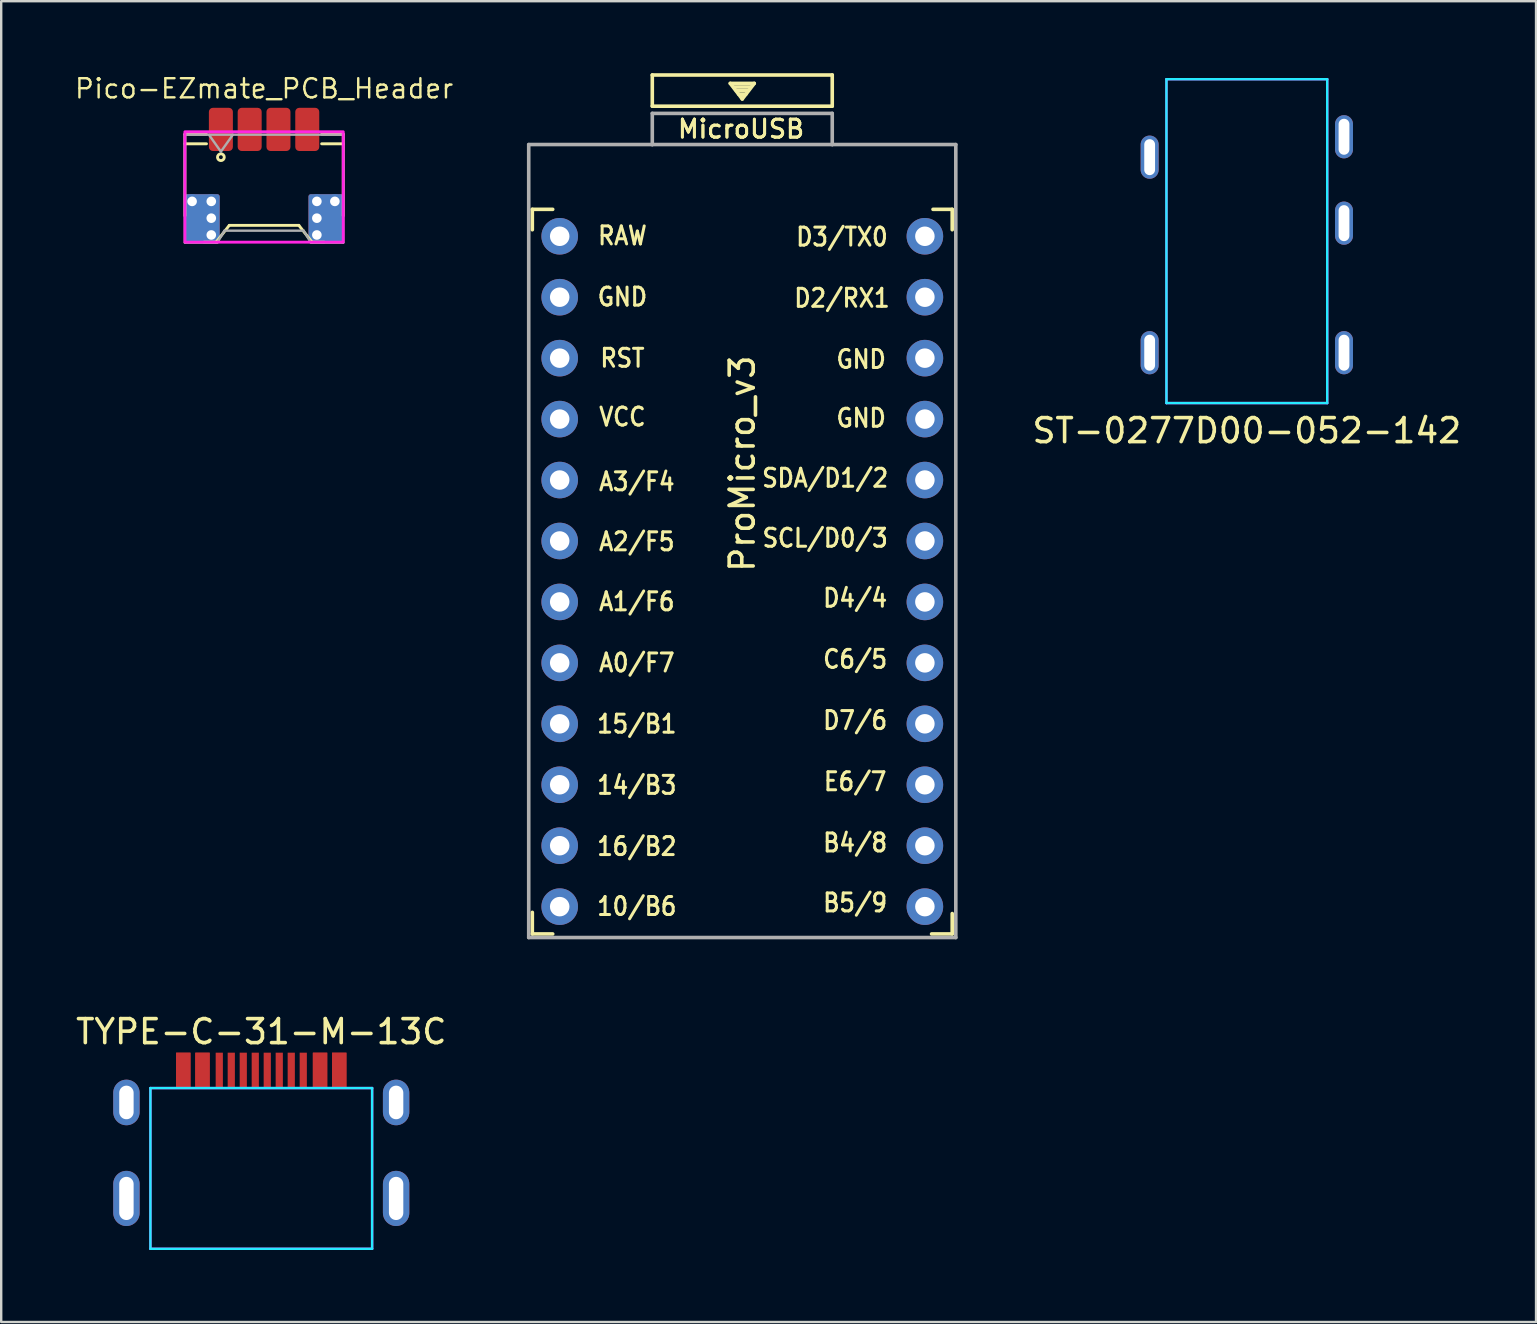
<source format=kicad_pcb>
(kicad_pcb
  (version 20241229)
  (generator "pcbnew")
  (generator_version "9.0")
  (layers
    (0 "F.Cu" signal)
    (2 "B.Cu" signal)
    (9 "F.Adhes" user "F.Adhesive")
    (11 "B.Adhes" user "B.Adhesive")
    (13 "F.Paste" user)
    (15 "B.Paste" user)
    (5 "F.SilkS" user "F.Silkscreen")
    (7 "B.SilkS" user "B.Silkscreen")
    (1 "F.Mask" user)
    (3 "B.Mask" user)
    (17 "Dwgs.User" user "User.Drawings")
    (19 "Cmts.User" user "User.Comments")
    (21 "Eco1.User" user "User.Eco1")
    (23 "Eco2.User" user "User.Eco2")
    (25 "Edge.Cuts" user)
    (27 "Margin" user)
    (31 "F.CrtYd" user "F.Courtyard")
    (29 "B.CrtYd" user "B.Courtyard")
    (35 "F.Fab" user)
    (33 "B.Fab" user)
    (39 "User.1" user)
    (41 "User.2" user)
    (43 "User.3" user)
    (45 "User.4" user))
  (footprint "TYPE-C-31-M-13C"
    (layer "F.Cu")
    (at 7.839 46.898)
    (property "Reference" "TYPE-C-31-M-13C" (at 0 -6.95 0) (layer "F.SilkS") (effects (font (size 1 1) (thickness 0.15))))
    (attr smd)
    (fp_line (start -4.62 -4.6) (end -4.62 2.1) (stroke (width 0.1) (type solid)) (layer "B.CrtYd"))
    (fp_line (start 4.62 -4.6) (end -4.62 -4.6) (stroke (width 0.1) (type default)) (layer "B.CrtYd"))
    (fp_line (start 4.62 -4.6) (end 4.62 2.1) (stroke (width 0.1) (type solid)) (layer "B.CrtYd"))
    (fp_line (start 4.62 2.1) (end -4.62 2.1) (stroke (width 0.1) (type default)) (layer "B.CrtYd"))
    (fp_line (start -4.62 -4.6) (end -4.62 2.1) (stroke (width 0.1) (type solid)) (layer "F.CrtYd"))
    (fp_line (start 4.62 -4.6) (end -4.62 -4.6) (stroke (width 0.1) (type default)) (layer "F.CrtYd"))
    (fp_line (start 4.62 -4.6) (end 4.62 2.1) (stroke (width 0.1) (type solid)) (layer "F.CrtYd"))
    (fp_line (start 4.62 2.1) (end -4.62 2.1) (stroke (width 0.1) (type default)) (layer "F.CrtYd"))
    (pad "A1" smd rect (at -3.25 -5.35) (size 0.6 1.45) (layers "F.Cu" "F.Mask" "F.Paste"))
    (pad "A4" smd rect (at -2.45 -5.35) (size 0.6 1.45) (layers "F.Cu" "F.Mask" "F.Paste"))
    (pad "A5" smd rect (at -1.25 -5.35) (size 0.3 1.45) (layers "F.Cu" "F.Mask" "F.Paste"))
    (pad "A6" smd rect (at -0.25 -5.35) (size 0.3 1.45) (layers "F.Cu" "F.Mask" "F.Paste"))
    (pad "A7" smd rect (at 0.25 -5.35) (size 0.3 1.45) (layers "F.Cu" "F.Mask" "F.Paste"))
    (pad "A8" smd rect (at 1.25 -5.35) (size 0.3 1.45) (layers "F.Cu" "F.Mask" "F.Paste"))
    (pad "A9" smd rect (at 2.45 -5.35) (size 0.6 1.45) (layers "F.Cu" "F.Mask" "F.Paste"))
    (pad "A12" smd rect (at 3.25 -5.35) (size 0.6 1.45) (layers "F.Cu" "F.Mask" "F.Paste"))
    (pad "B1" smd rect (at 3.25 -5.35) (size 0.6 1.45) (layers "F.Cu" "F.Mask" "F.Paste"))
    (pad "B4" smd rect (at 2.45 -5.35) (size 0.6 1.45) (layers "F.Cu" "F.Mask" "F.Paste"))
    (pad "B5" smd rect (at 1.75 -5.35) (size 0.3 1.45) (layers "F.Cu" "F.Mask" "F.Paste"))
    (pad "B6" smd rect (at 0.75 -5.35) (size 0.3 1.45) (layers "F.Cu" "F.Mask" "F.Paste"))
    (pad "B7" smd rect (at -0.75 -5.35) (size 0.3 1.45) (layers "F.Cu" "F.Mask" "F.Paste"))
    (pad "B8" smd rect (at -1.75 -5.35) (size 0.3 1.45) (layers "F.Cu" "F.Mask" "F.Paste"))
    (pad "B9" smd rect (at -2.45 -5.35) (size 0.6 1.45) (layers "F.Cu" "F.Mask" "F.Paste"))
    (pad "B12" smd rect (at -3.25 -5.35) (size 0.6 1.45) (layers "F.Cu" "F.Mask" "F.Paste"))
    (pad "S1" thru_hole oval (at -5.62 -4) (size 1.1 1.9) (drill oval 0.6 1.4) (layers "*.Cu" "*.Mask"))
    (pad "S1" thru_hole oval (at -5.62 0) (size 1.1 2.3) (drill oval 0.6 1.8) (layers "*.Cu" "*.Mask"))
    (pad "S1" thru_hole oval (at 5.62 -4) (size 1.1 1.9) (drill oval 0.6 1.4) (layers "*.Cu" "*.Mask"))
    (pad "S1" thru_hole oval (at 5.62 0) (size 1.1 2.3) (drill oval 0.6 1.8) (layers "*.Cu" "*.Mask")))
  (footprint "ST-0277D00-052-142"
    (layer "F.Cu")
    (at 48.915 0.25)
    (property "Reference" "ST-0277D00-052-142" (at 0 14.65 0) (layer "F.SilkS") (effects (font (size 1 1) (thickness 0.15))))
    (attr smd)
    (fp_line (start -3.35 0) (end -3.35 13.5) (stroke (width 0.1) (type solid)) (layer "B.CrtYd"))
    (fp_line (start -3.35 0) (end 3.35 0) (stroke (width 0.1) (type solid)) (layer "B.CrtYd"))
    (fp_line (start -3.35 13.5) (end 3.35 13.5) (stroke (width 0.1) (type solid)) (layer "B.CrtYd"))
    (fp_line (start 3.35 0) (end 3.35 13.5) (stroke (width 0.1) (type solid)) (layer "B.CrtYd"))
    (fp_line (start -3.35 0) (end -3.35 13.5) (stroke (width 0.1) (type solid)) (layer "F.CrtYd"))
    (fp_line (start -3.35 0) (end 3.35 0) (stroke (width 0.1) (type solid)) (layer "F.CrtYd"))
    (fp_line (start -3.35 13.5) (end 3.35 13.5) (stroke (width 0.1) (type solid)) (layer "F.CrtYd"))
    (fp_line (start 3.35 0) (end 3.35 13.5) (stroke (width 0.1) (type solid)) (layer "F.CrtYd"))
    (pad "R1" thru_hole oval (at 4.05 6) (size 0.75 1.8) (drill oval 0.45 1.5) (layers "*.Cu" "*.Mask"))
    (pad "R2" thru_hole oval (at -4.05 3.25) (size 0.75 1.8) (drill oval 0.45 1.5) (layers "*.Cu" "*.Mask"))
    (pad "S" thru_hole oval (at 4.05 2.4) (size 0.75 1.8) (drill oval 0.45 1.5) (layers "*.Cu" "*.Mask"))
    (pad "T" thru_hole oval (at -4.05 11.4) (size 0.75 1.8) (drill oval 0.45 1.5) (layers "*.Cu" "*.Mask"))
    (pad "T" thru_hole oval (at 4.05 11.4) (size 0.75 1.8) (drill oval 0.45 1.5) (layers "*.Cu" "*.Mask")))
  (footprint "Pico-EZmate_PCB_Header"
    (layer "F.Cu")
    (at 7.956 4.543)
    (property "Reference" "Pico-EZmate_PCB_Header" (at 0 -3.9 0) (layer "F.SilkS") (effects (font (size 0.8 0.8) (thickness 0.1) (bold yes))))
    (attr smd)
    (fp_line (start -3.3 -2) (end -3.3 1.4) (stroke (width 0.12) (type solid)) (layer "F.SilkS"))
    (fp_line (start -3.3 -2) (end -2.4 -2) (stroke (width 0.12) (type solid)) (layer "F.SilkS"))
    (fp_line (start -2.4 -1.6) (end -3.3 -1.6) (stroke (width 0.12) (type solid)) (layer "F.SilkS"))
    (fp_line (start -2 2.5) (end -2.5 2.5) (stroke (width 0.12) (type solid)) (layer "F.SilkS"))
    (fp_line (start -1.45 1.8) (end -2 2.5) (stroke (width 0.12) (type solid)) (layer "F.SilkS"))
    (fp_line (start 1.45 1.8) (end -1.45 1.8) (stroke (width 0.12) (type solid)) (layer "F.SilkS"))
    (fp_line (start 2 2.5) (end 1.45 1.8) (stroke (width 0.12) (type solid)) (layer "F.SilkS"))
    (fp_line (start 2 2.5) (end 2.5 2.5) (stroke (width 0.12) (type solid)) (layer "F.SilkS"))
    (fp_line (start 2.4 -2) (end 3.3 -2) (stroke (width 0.12) (type solid)) (layer "F.SilkS"))
    (fp_line (start 3.3 -2) (end 3.3 1.4) (stroke (width 0.12) (type solid)) (layer "F.SilkS"))
    (fp_line (start 3.3 -1.6) (end 2.4 -1.6) (stroke (width 0.12) (type solid)) (layer "F.SilkS"))
    (fp_circle (center -1.8 -1.041) (end -1.7 -1.141) (stroke (width 0.12) (type solid)) (fill no) (layer "F.SilkS"))
    (fp_rect (start -3.3 -2.1) (end 3.3 2.5) (stroke (width 0.12) (type solid)) (fill no) (layer "F.CrtYd"))
    (fp_line (start -3.3 -1.98) (end -3.3 2.52) (stroke (width 0.1) (type solid)) (layer "F.Fab"))
    (fp_line (start -3.3 -1.98) (end 3.3 -1.98) (stroke (width 0.1) (type solid)) (layer "F.Fab"))
    (fp_line (start -3.3 2.52) (end -1.95 2.52) (stroke (width 0.1) (type solid)) (layer "F.Fab"))
    (fp_line (start -2.3 -1.98) (end -1.8 -1.273) (stroke (width 0.1) (type solid)) (layer "F.Fab"))
    (fp_line (start -1.95 2.52) (end -1.65 2.02) (stroke (width 0.1) (type solid)) (layer "F.Fab"))
    (fp_line (start -1.8 -1.273) (end -1.3 -1.98) (stroke (width 0.1) (type solid)) (layer "F.Fab"))
    (fp_line (start -1.65 2.02) (end 1.65 2.02) (stroke (width 0.1) (type solid)) (layer "F.Fab"))
    (fp_line (start 1.65 2.02) (end 1.95 2.52) (stroke (width 0.1) (type solid)) (layer "F.Fab"))
    (fp_line (start 1.95 2.52) (end 3.3 2.52) (stroke (width 0.1) (type solid)) (layer "F.Fab"))
    (fp_line (start 3.3 -1.98) (end 3.3 2.52) (stroke (width 0.1) (type solid)) (layer "F.Fab"))
    (pad "" thru_hole circle (at -3 0.8) (size 0.6 0.6) (drill 0.4) (layers "*.Cu"))
    (pad "" smd roundrect (at -2.95 2) (size 0.7 1) (layers "F.Mask" "F.Paste") (roundrect_rratio 0.143))
    (pad "" smd roundrect (at -2.575 1.5) (size 1.45 2) (layers "F.Cu") (roundrect_rratio 0.069))
    (pad "" smd roundrect (at -2.575 1.5) (size 1.45 2) (layers "B.Cu") (roundrect_rratio 0.069))
    (pad "" thru_hole circle (at -2.2 0.8) (size 0.6 0.6) (drill 0.4) (layers "*.Cu"))
    (pad "" thru_hole circle (at -2.2 1.5) (size 0.6 0.6) (drill 0.4) (layers "*.Cu"))
    (pad "" thru_hole circle (at -2.2 2.2) (size 0.6 0.6) (drill 0.4) (layers "*.Cu"))
    (pad "" smd roundrect (at -1.8 -2) (size 0.75 1.2) (layers "F.Mask" "F.Paste") (roundrect_rratio 0.167))
    (pad "" smd roundrect (at -0.6 -2) (size 0.75 1.2) (layers "F.Mask" "F.Paste") (roundrect_rratio 0.167))
    (pad "" smd roundrect (at 0.6 -2) (size 0.75 1.2) (layers "F.Mask" "F.Paste") (roundrect_rratio 0.167))
    (pad "" smd roundrect (at 1.8 -2) (size 0.75 1.2) (layers "F.Mask" "F.Paste") (roundrect_rratio 0.167))
    (pad "" thru_hole circle (at 2.2 0.8) (size 0.6 0.6) (drill 0.4) (layers "*.Cu"))
    (pad "" thru_hole circle (at 2.2 1.5) (size 0.6 0.6) (drill 0.4) (layers "*.Cu"))
    (pad "" thru_hole circle (at 2.2 2.2) (size 0.6 0.6) (drill 0.4) (layers "*.Cu"))
    (pad "" smd roundrect (at 2.575 1.5) (size 1.45 2) (layers "F.Cu") (roundrect_rratio 0.069))
    (pad "" smd roundrect (at 2.575 1.5) (size 1.45 2) (layers "B.Cu") (roundrect_rratio 0.069))
    (pad "" thru_hole circle (at 2.95 0.8) (size 0.6 0.6) (drill 0.4) (layers "*.Cu"))
    (pad "" smd roundrect (at 2.95 2) (size 0.7 1) (layers "F.Mask" "F.Paste") (roundrect_rratio 0.143))
    (pad "1" smd roundrect (at -1.8 -2.2) (size 1 1.8) (layers "F.Cu") (roundrect_rratio 0.167))
    (pad "2" smd roundrect (at -0.6 -2.2) (size 1 1.8) (layers "F.Cu") (roundrect_rratio 0.167))
    (pad "3" smd roundrect (at 0.6 -2.2) (size 1 1.8) (layers "F.Cu") (roundrect_rratio 0.167))
    (pad "4" smd roundrect (at 1.8 -2.2) (size 1 1.8) (layers "F.Cu") (roundrect_rratio 0.167)))
  (footprint "ProMicro_v3"
    (layer "F.Cu")
    (at 27.886 21.275)
    (property "Reference" "ProMicro_v3" (at 0 -5 270) (layer "F.SilkS") (effects (font (size 1 1) (thickness 0.15))))
    (attr through_hole)
    (fp_line (start -8.75 -15.6) (end -8.75 -14.75) (stroke (width 0.15) (type solid)) (layer "F.SilkS"))
    (fp_line (start -8.75 -15.6) (end -7.9 -15.6) (stroke (width 0.15) (type solid)) (layer "F.SilkS"))
    (fp_line (start -8.75 13.7) (end -8.75 14.6) (stroke (width 0.15) (type solid)) (layer "F.SilkS"))
    (fp_line (start -8.75 14.6) (end -7.9 14.6) (stroke (width 0.15) (type solid)) (layer "F.SilkS"))
    (fp_line (start -3.75 -21.2) (end -3.75 -19.9) (stroke (width 0.15) (type solid)) (layer "F.SilkS"))
    (fp_line (start -3.75 -19.9) (end 3.75 -19.9) (stroke (width 0.15) (type solid)) (layer "F.SilkS"))
    (fp_line (start -0.5 -20.85) (end 0.5 -20.85) (stroke (width 0.15) (type solid)) (layer "F.SilkS"))
    (fp_line (start -0.35 -20.7) (end 0.35 -20.7) (stroke (width 0.15) (type solid)) (layer "F.SilkS"))
    (fp_line (start -0.25 -20.55) (end 0.25 -20.55) (stroke (width 0.15) (type solid)) (layer "F.SilkS"))
    (fp_line (start -0.15 -20.4) (end 0.15 -20.4) (stroke (width 0.15) (type solid)) (layer "F.SilkS"))
    (fp_line (start 0 -20.2) (end -0.5 -20.85) (stroke (width 0.15) (type solid)) (layer "F.SilkS"))
    (fp_line (start 0.5 -20.85) (end 0 -20.2) (stroke (width 0.15) (type solid)) (layer "F.SilkS"))
    (fp_line (start 3.75 -21.2) (end -3.75 -21.2) (stroke (width 0.15) (type solid)) (layer "F.SilkS"))
    (fp_line (start 3.75 -19.9) (end 3.75 -21.2) (stroke (width 0.15) (type solid)) (layer "F.SilkS"))
    (fp_line (start 8.75 -15.6) (end 7.95 -15.6) (stroke (width 0.15) (type solid)) (layer "F.SilkS"))
    (fp_line (start 8.75 -15.6) (end 8.75 -14.75) (stroke (width 0.15) (type solid)) (layer "F.SilkS"))
    (fp_line (start 8.75 13.75) (end 8.75 14.6) (stroke (width 0.15) (type solid)) (layer "F.SilkS"))
    (fp_line (start 8.75 14.6) (end 7.89 14.6) (stroke (width 0.15) (type solid)) (layer "F.SilkS"))
    (fp_line (start -8.9 -18.3) (end -3.75 -18.3) (stroke (width 0.15) (type solid)) (layer "F.Fab"))
    (fp_line (start -8.9 14.75) (end -8.9 -18.3) (stroke (width 0.15) (type solid)) (layer "F.Fab"))
    (fp_line (start -3.75 -19.6) (end -3.75 -18.299) (stroke (width 0.15) (type solid)) (layer "F.Fab"))
    (fp_line (start -3.75 -19.6) (end 3.75 -19.6) (stroke (width 0.15) (type solid)) (layer "F.Fab"))
    (fp_line (start -3.75 -18.3) (end 3.75 -18.3) (stroke (width 0.15) (type solid)) (layer "F.Fab"))
    (fp_line (start 3.75 -19.6) (end 3.75 -18.3) (stroke (width 0.15) (type solid)) (layer "F.Fab"))
    (fp_line (start 3.76 -18.3) (end 8.9 -18.3) (stroke (width 0.15) (type solid)) (layer "F.Fab"))
    (fp_line (start 8.9 -18.3) (end 8.9 14.75) (stroke (width 0.15) (type solid)) (layer "F.Fab"))
    (fp_line (start 8.9 14.75) (end -8.9 14.75) (stroke (width 0.15) (type solid)) (layer "F.Fab"))
    (fp_text user "C6/5" (at 4.705 3.15 0) (unlocked yes) (layer "F.SilkS") (effects (font (size 0.75 0.67) (thickness 0.125))))
    (fp_text user "A3/F4" (at -4.395 -4.25 0) (unlocked yes) (layer "F.SilkS") (effects (font (size 0.75 0.67) (thickness 0.125))))
    (fp_text user "D2/RX1" (at 4.155 -11.9 0) (unlocked yes) (layer "F.SilkS") (effects (font (size 0.75 0.67) (thickness 0.125))))
    (fp_text user "D7/6" (at 4.705 5.7 0) (unlocked yes) (layer "F.SilkS") (effects (font (size 0.75 0.67) (thickness 0.125))))
    (fp_text user "A1/F6" (at -4.395 0.75 0) (unlocked yes) (layer "F.SilkS") (effects (font (size 0.75 0.67) (thickness 0.125))))
    (fp_text user "15/B1" (at -4.395 5.85 0) (unlocked yes) (layer "F.SilkS") (effects (font (size 0.75 0.67) (thickness 0.125))))
    (fp_text user "RST" (at -4.995 -9.4 0) (unlocked yes) (layer "F.SilkS") (effects (font (size 0.75 0.67) (thickness 0.125))))
    (fp_text user "E6/7" (at 4.705 8.25 0) (unlocked yes) (layer "F.SilkS") (effects (font (size 0.75 0.67) (thickness 0.125))))
    (fp_text user "VCC" (at -4.995 -6.95 0) (unlocked yes) (layer "F.SilkS") (effects (font (size 0.75 0.67) (thickness 0.125))))
    (fp_text user "RAW" (at -4.995 -14.5 0) (unlocked yes) (layer "F.SilkS") (effects (font (size 0.75 0.67) (thickness 0.125))))
    (fp_text user "A0/F7" (at -4.395 3.3 0) (unlocked yes) (layer "F.SilkS") (effects (font (size 0.75 0.67) (thickness 0.125))))
    (fp_text user "14/B3" (at -4.395 8.4 0) (unlocked yes) (layer "F.SilkS") (effects (font (size 0.75 0.67) (thickness 0.125))))
    (fp_text user "D3/TX0" (at 4.155 -14.45 0) (unlocked yes) (layer "F.SilkS") (effects (font (size 0.75 0.67) (thickness 0.125))))
    (fp_text user "B4/8" (at 4.705 10.8 0) (unlocked yes) (layer "F.SilkS") (effects (font (size 0.75 0.67) (thickness 0.125))))
    (fp_text user "SCL/D0/3" (at 3.455 -1.9 0) (unlocked yes) (layer "F.SilkS") (effects (font (size 0.75 0.67) (thickness 0.125))))
    (fp_text user "MicroUSB" (at -0.05 -18.95 0) (layer "F.SilkS") (effects (font (size 0.75 0.75) (thickness 0.12))))
    (fp_text user "D4/4" (at 4.705 0.6 0) (unlocked yes) (layer "F.SilkS") (effects (font (size 0.75 0.67) (thickness 0.125))))
    (fp_text user "SDA/D1/2" (at 3.455 -4.4 0) (unlocked yes) (layer "F.SilkS") (effects (font (size 0.75 0.67) (thickness 0.125))))
    (fp_text user "10/B6" (at -4.395 13.45 0) (unlocked yes) (layer "F.SilkS") (effects (font (size 0.75 0.67) (thickness 0.125))))
    (fp_text user "B5/9" (at 4.705 13.3 0) (unlocked yes) (layer "F.SilkS") (effects (font (size 0.75 0.67) (thickness 0.125))))
    (fp_text user "16/B2" (at -4.395 10.95 0) (unlocked yes) (layer "F.SilkS") (effects (font (size 0.75 0.67) (thickness 0.125))))
    (fp_text user "GND" (at 4.955 -9.35 0) (unlocked yes) (layer "F.SilkS") (effects (font (size 0.75 0.67) (thickness 0.125))))
    (fp_text user "GND" (at 4.955 -6.9 0) (unlocked yes) (layer "F.SilkS") (effects (font (size 0.75 0.67) (thickness 0.125))))
    (fp_text user "A2/F5" (at -4.395 -1.75 0) (unlocked yes) (layer "F.SilkS") (effects (font (size 0.75 0.67) (thickness 0.125))))
    (fp_text user "MicroUSB" (at -0.05 -18.95 0) (layer "F.SilkS") (effects (font (size 0.75 0.75) (thickness 0.12))))
    (fp_text user "GND" (at -4.995 -11.95 0) (unlocked yes) (layer "F.SilkS") (effects (font (size 0.75 0.67) (thickness 0.125))))
    (pad "1" thru_hole circle (at 7.611 -14.478) (size 1.524 1.524) (drill 0.813) (layers "*.Cu" "B.Mask"))
    (pad "2" thru_hole circle (at 7.611 -11.938) (size 1.524 1.524) (drill 0.813) (layers "*.Cu" "B.Mask"))
    (pad "3" thru_hole circle (at 7.611 -9.398) (size 1.524 1.524) (drill 0.813) (layers "*.Cu" "B.Mask"))
    (pad "4" thru_hole circle (at 7.611 -6.858) (size 1.524 1.524) (drill 0.813) (layers "*.Cu" "B.Mask"))
    (pad "5" thru_hole circle (at 7.611 -4.318) (size 1.524 1.524) (drill 0.813) (layers "*.Cu" "B.Mask"))
    (pad "6" thru_hole circle (at 7.611 -1.778) (size 1.524 1.524) (drill 0.813) (layers "*.Cu" "B.Mask"))
    (pad "7" thru_hole circle (at 7.611 0.762) (size 1.524 1.524) (drill 0.813) (layers "*.Cu" "B.Mask"))
    (pad "8" thru_hole circle (at 7.611 3.302) (size 1.524 1.524) (drill 0.813) (layers "*.Cu" "B.Mask"))
    (pad "9" thru_hole circle (at 7.611 5.842) (size 1.524 1.524) (drill 0.813) (layers "*.Cu" "B.Mask"))
    (pad "10" thru_hole circle (at 7.611 8.382) (size 1.524 1.524) (drill 0.813) (layers "*.Cu" "B.Mask"))
    (pad "11" thru_hole circle (at 7.611 10.922) (size 1.524 1.524) (drill 0.813) (layers "*.Cu" "B.Mask"))
    (pad "12" thru_hole circle (at 7.611 13.462) (size 1.524 1.524) (drill 0.813) (layers "*.Cu" "B.Mask"))
    (pad "13" thru_hole circle (at -7.609 13.462) (size 1.524 1.524) (drill 0.813) (layers "*.Cu" "B.Mask"))
    (pad "14" thru_hole circle (at -7.609 10.922) (size 1.524 1.524) (drill 0.813) (layers "*.Cu" "B.Mask"))
    (pad "15" thru_hole circle (at -7.609 8.382) (size 1.524 1.524) (drill 0.813) (layers "*.Cu" "B.Mask"))
    (pad "16" thru_hole circle (at -7.609 5.842) (size 1.524 1.524) (drill 0.813) (layers "*.Cu" "B.Mask"))
    (pad "17" thru_hole circle (at -7.609 3.302) (size 1.524 1.524) (drill 0.813) (layers "*.Cu" "B.Mask"))
    (pad "18" thru_hole circle (at -7.609 0.762) (size 1.524 1.524) (drill 0.813) (layers "*.Cu" "B.Mask"))
    (pad "19" thru_hole circle (at -7.609 -1.778) (size 1.524 1.524) (drill 0.813) (layers "*.Cu" "B.Mask"))
    (pad "20" thru_hole circle (at -7.609 -4.318) (size 1.524 1.524) (drill 0.813) (layers "*.Cu" "B.Mask"))
    (pad "21" thru_hole circle (at -7.609 -6.858) (size 1.524 1.524) (drill 0.813) (layers "*.Cu" "B.Mask"))
    (pad "22" thru_hole circle (at -7.609 -9.398) (size 1.524 1.524) (drill 0.813) (layers "*.Cu" "B.Mask"))
    (pad "23" thru_hole circle (at -7.609 -11.938) (size 1.524 1.524) (drill 0.813) (layers "*.Cu" "B.Mask"))
    (pad "24" thru_hole circle (at -7.609 -14.478) (size 1.524 1.524) (drill 0.813) (layers "*.Cu" "B.Mask")))
  (gr_rect
    (start -3 -3)
    (end 60.969 52.048)
    (stroke (width 0.1) (type default))
    (fill no)
    (layer "Edge.Cuts")))
</source>
